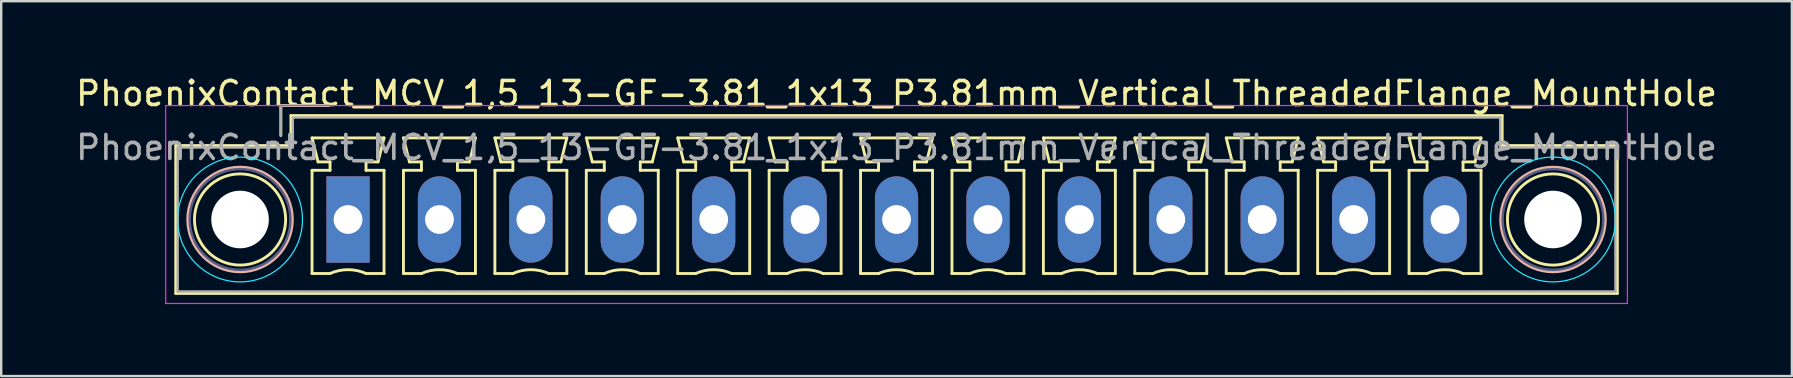
<source format=kicad_pcb>
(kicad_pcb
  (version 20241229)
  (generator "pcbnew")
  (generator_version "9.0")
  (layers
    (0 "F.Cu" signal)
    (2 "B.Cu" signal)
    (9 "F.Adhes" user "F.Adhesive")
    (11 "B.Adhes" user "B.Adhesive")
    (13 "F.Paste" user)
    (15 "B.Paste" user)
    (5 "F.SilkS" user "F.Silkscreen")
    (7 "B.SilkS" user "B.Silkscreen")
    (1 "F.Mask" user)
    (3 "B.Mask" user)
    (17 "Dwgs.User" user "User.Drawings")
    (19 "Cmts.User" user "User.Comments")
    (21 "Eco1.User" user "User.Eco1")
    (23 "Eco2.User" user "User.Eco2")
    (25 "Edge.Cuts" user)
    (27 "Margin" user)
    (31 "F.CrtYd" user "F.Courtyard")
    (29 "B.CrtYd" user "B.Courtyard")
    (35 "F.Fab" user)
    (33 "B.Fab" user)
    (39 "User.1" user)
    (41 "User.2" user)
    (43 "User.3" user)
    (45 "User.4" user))
  (footprint "PhoenixContact_MCV_1,5_13-GF-3.81_1x13_P3.81mm_Vertical_ThreadedFlange_MountHole"
    (layer "F.Cu")
    (at 11.455 6.098)
    (property "Reference" "PhoenixContact_MCV_1,5_13-GF-3.81_1x13_P3.81mm_Vertical_ThreadedFlange_MountHole" (at 22.86 -5.25 0) (layer "F.SilkS") (effects (font (size 1 1) (thickness 0.15))))
    (attr through_hole)
    (fp_line (start -7.18 -3.08) (end -7.18 3.08) (stroke (width 0.12) (type solid)) (layer "F.SilkS"))
    (fp_line (start -7.18 3.08) (end 52.9 3.08) (stroke (width 0.12) (type solid)) (layer "F.SilkS"))
    (fp_line (start -2.8 -4.75) (end -0.8 -4.75) (stroke (width 0.12) (type solid)) (layer "F.SilkS"))
    (fp_line (start -2.8 -3.5) (end -2.8 -4.75) (stroke (width 0.12) (type solid)) (layer "F.SilkS"))
    (fp_line (start -2.38 -4.33) (end -2.38 -3.08) (stroke (width 0.12) (type solid)) (layer "F.SilkS"))
    (fp_line (start -2.38 -3.08) (end -7.18 -3.08) (stroke (width 0.12) (type solid)) (layer "F.SilkS"))
    (fp_line (start -1.5 -3.4) (end 1.5 -3.4) (stroke (width 0.12) (type solid)) (layer "F.SilkS"))
    (fp_line (start -1.5 -2.05) (end -0.75 -2.05) (stroke (width 0.12) (type solid)) (layer "F.SilkS"))
    (fp_line (start -1.5 2.25) (end -1.5 -2.05) (stroke (width 0.12) (type solid)) (layer "F.SilkS"))
    (fp_line (start -1.25 -2.4) (end -1.5 -3.4) (stroke (width 0.12) (type solid)) (layer "F.SilkS"))
    (fp_line (start -0.75 -2.4) (end -1.25 -2.4) (stroke (width 0.12) (type solid)) (layer "F.SilkS"))
    (fp_line (start -0.75 -2.05) (end -0.75 -2.4) (stroke (width 0.12) (type solid)) (layer "F.SilkS"))
    (fp_line (start -0.75 2.25) (end -1.5 2.25) (stroke (width 0.12) (type solid)) (layer "F.SilkS"))
    (fp_line (start 0.75 -2.4) (end 0.75 -2.05) (stroke (width 0.12) (type solid)) (layer "F.SilkS"))
    (fp_line (start 0.75 -2.05) (end 1.5 -2.05) (stroke (width 0.12) (type solid)) (layer "F.SilkS"))
    (fp_line (start 1.25 -2.4) (end 0.75 -2.4) (stroke (width 0.12) (type solid)) (layer "F.SilkS"))
    (fp_line (start 1.5 -3.4) (end 1.25 -2.4) (stroke (width 0.12) (type solid)) (layer "F.SilkS"))
    (fp_line (start 1.5 -2.05) (end 1.5 2.25) (stroke (width 0.12) (type solid)) (layer "F.SilkS"))
    (fp_line (start 1.5 2.25) (end 0.75 2.25) (stroke (width 0.12) (type solid)) (layer "F.SilkS"))
    (fp_line (start 2.31 -3.4) (end 5.31 -3.4) (stroke (width 0.12) (type solid)) (layer "F.SilkS"))
    (fp_line (start 2.31 -2.05) (end 3.06 -2.05) (stroke (width 0.12) (type solid)) (layer "F.SilkS"))
    (fp_line (start 2.31 2.25) (end 2.31 -2.05) (stroke (width 0.12) (type solid)) (layer "F.SilkS"))
    (fp_line (start 2.56 -2.4) (end 2.31 -3.4) (stroke (width 0.12) (type solid)) (layer "F.SilkS"))
    (fp_line (start 3.06 -2.4) (end 2.56 -2.4) (stroke (width 0.12) (type solid)) (layer "F.SilkS"))
    (fp_line (start 3.06 -2.05) (end 3.06 -2.4) (stroke (width 0.12) (type solid)) (layer "F.SilkS"))
    (fp_line (start 3.06 2.25) (end 2.31 2.25) (stroke (width 0.12) (type solid)) (layer "F.SilkS"))
    (fp_line (start 4.56 -2.4) (end 4.56 -2.05) (stroke (width 0.12) (type solid)) (layer "F.SilkS"))
    (fp_line (start 4.56 -2.05) (end 5.31 -2.05) (stroke (width 0.12) (type solid)) (layer "F.SilkS"))
    (fp_line (start 5.06 -2.4) (end 4.56 -2.4) (stroke (width 0.12) (type solid)) (layer "F.SilkS"))
    (fp_line (start 5.31 -3.4) (end 5.06 -2.4) (stroke (width 0.12) (type solid)) (layer "F.SilkS"))
    (fp_line (start 5.31 -2.05) (end 5.31 2.25) (stroke (width 0.12) (type solid)) (layer "F.SilkS"))
    (fp_line (start 5.31 2.25) (end 4.56 2.25) (stroke (width 0.12) (type solid)) (layer "F.SilkS"))
    (fp_line (start 6.12 -3.4) (end 9.12 -3.4) (stroke (width 0.12) (type solid)) (layer "F.SilkS"))
    (fp_line (start 6.12 -2.05) (end 6.87 -2.05) (stroke (width 0.12) (type solid)) (layer "F.SilkS"))
    (fp_line (start 6.12 2.25) (end 6.12 -2.05) (stroke (width 0.12) (type solid)) (layer "F.SilkS"))
    (fp_line (start 6.37 -2.4) (end 6.12 -3.4) (stroke (width 0.12) (type solid)) (layer "F.SilkS"))
    (fp_line (start 6.87 -2.4) (end 6.37 -2.4) (stroke (width 0.12) (type solid)) (layer "F.SilkS"))
    (fp_line (start 6.87 -2.05) (end 6.87 -2.4) (stroke (width 0.12) (type solid)) (layer "F.SilkS"))
    (fp_line (start 6.87 2.25) (end 6.12 2.25) (stroke (width 0.12) (type solid)) (layer "F.SilkS"))
    (fp_line (start 8.37 -2.4) (end 8.37 -2.05) (stroke (width 0.12) (type solid)) (layer "F.SilkS"))
    (fp_line (start 8.37 -2.05) (end 9.12 -2.05) (stroke (width 0.12) (type solid)) (layer "F.SilkS"))
    (fp_line (start 8.87 -2.4) (end 8.37 -2.4) (stroke (width 0.12) (type solid)) (layer "F.SilkS"))
    (fp_line (start 9.12 -3.4) (end 8.87 -2.4) (stroke (width 0.12) (type solid)) (layer "F.SilkS"))
    (fp_line (start 9.12 -2.05) (end 9.12 2.25) (stroke (width 0.12) (type solid)) (layer "F.SilkS"))
    (fp_line (start 9.12 2.25) (end 8.37 2.25) (stroke (width 0.12) (type solid)) (layer "F.SilkS"))
    (fp_line (start 9.93 -3.4) (end 12.93 -3.4) (stroke (width 0.12) (type solid)) (layer "F.SilkS"))
    (fp_line (start 9.93 -2.05) (end 10.68 -2.05) (stroke (width 0.12) (type solid)) (layer "F.SilkS"))
    (fp_line (start 9.93 2.25) (end 9.93 -2.05) (stroke (width 0.12) (type solid)) (layer "F.SilkS"))
    (fp_line (start 10.18 -2.4) (end 9.93 -3.4) (stroke (width 0.12) (type solid)) (layer "F.SilkS"))
    (fp_line (start 10.68 -2.4) (end 10.18 -2.4) (stroke (width 0.12) (type solid)) (layer "F.SilkS"))
    (fp_line (start 10.68 -2.05) (end 10.68 -2.4) (stroke (width 0.12) (type solid)) (layer "F.SilkS"))
    (fp_line (start 10.68 2.25) (end 9.93 2.25) (stroke (width 0.12) (type solid)) (layer "F.SilkS"))
    (fp_line (start 12.18 -2.4) (end 12.18 -2.05) (stroke (width 0.12) (type solid)) (layer "F.SilkS"))
    (fp_line (start 12.18 -2.05) (end 12.93 -2.05) (stroke (width 0.12) (type solid)) (layer "F.SilkS"))
    (fp_line (start 12.68 -2.4) (end 12.18 -2.4) (stroke (width 0.12) (type solid)) (layer "F.SilkS"))
    (fp_line (start 12.93 -3.4) (end 12.68 -2.4) (stroke (width 0.12) (type solid)) (layer "F.SilkS"))
    (fp_line (start 12.93 -2.05) (end 12.93 2.25) (stroke (width 0.12) (type solid)) (layer "F.SilkS"))
    (fp_line (start 12.93 2.25) (end 12.18 2.25) (stroke (width 0.12) (type solid)) (layer "F.SilkS"))
    (fp_line (start 13.74 -3.4) (end 16.74 -3.4) (stroke (width 0.12) (type solid)) (layer "F.SilkS"))
    (fp_line (start 13.74 -2.05) (end 14.49 -2.05) (stroke (width 0.12) (type solid)) (layer "F.SilkS"))
    (fp_line (start 13.74 2.25) (end 13.74 -2.05) (stroke (width 0.12) (type solid)) (layer "F.SilkS"))
    (fp_line (start 13.99 -2.4) (end 13.74 -3.4) (stroke (width 0.12) (type solid)) (layer "F.SilkS"))
    (fp_line (start 14.49 -2.4) (end 13.99 -2.4) (stroke (width 0.12) (type solid)) (layer "F.SilkS"))
    (fp_line (start 14.49 -2.05) (end 14.49 -2.4) (stroke (width 0.12) (type solid)) (layer "F.SilkS"))
    (fp_line (start 14.49 2.25) (end 13.74 2.25) (stroke (width 0.12) (type solid)) (layer "F.SilkS"))
    (fp_line (start 15.99 -2.4) (end 15.99 -2.05) (stroke (width 0.12) (type solid)) (layer "F.SilkS"))
    (fp_line (start 15.99 -2.05) (end 16.74 -2.05) (stroke (width 0.12) (type solid)) (layer "F.SilkS"))
    (fp_line (start 16.49 -2.4) (end 15.99 -2.4) (stroke (width 0.12) (type solid)) (layer "F.SilkS"))
    (fp_line (start 16.74 -3.4) (end 16.49 -2.4) (stroke (width 0.12) (type solid)) (layer "F.SilkS"))
    (fp_line (start 16.74 -2.05) (end 16.74 2.25) (stroke (width 0.12) (type solid)) (layer "F.SilkS"))
    (fp_line (start 16.74 2.25) (end 15.99 2.25) (stroke (width 0.12) (type solid)) (layer "F.SilkS"))
    (fp_line (start 17.55 -3.4) (end 20.55 -3.4) (stroke (width 0.12) (type solid)) (layer "F.SilkS"))
    (fp_line (start 17.55 -2.05) (end 18.3 -2.05) (stroke (width 0.12) (type solid)) (layer "F.SilkS"))
    (fp_line (start 17.55 2.25) (end 17.55 -2.05) (stroke (width 0.12) (type solid)) (layer "F.SilkS"))
    (fp_line (start 17.8 -2.4) (end 17.55 -3.4) (stroke (width 0.12) (type solid)) (layer "F.SilkS"))
    (fp_line (start 18.3 -2.4) (end 17.8 -2.4) (stroke (width 0.12) (type solid)) (layer "F.SilkS"))
    (fp_line (start 18.3 -2.05) (end 18.3 -2.4) (stroke (width 0.12) (type solid)) (layer "F.SilkS"))
    (fp_line (start 18.3 2.25) (end 17.55 2.25) (stroke (width 0.12) (type solid)) (layer "F.SilkS"))
    (fp_line (start 19.8 -2.4) (end 19.8 -2.05) (stroke (width 0.12) (type solid)) (layer "F.SilkS"))
    (fp_line (start 19.8 -2.05) (end 20.55 -2.05) (stroke (width 0.12) (type solid)) (layer "F.SilkS"))
    (fp_line (start 20.3 -2.4) (end 19.8 -2.4) (stroke (width 0.12) (type solid)) (layer "F.SilkS"))
    (fp_line (start 20.55 -3.4) (end 20.3 -2.4) (stroke (width 0.12) (type solid)) (layer "F.SilkS"))
    (fp_line (start 20.55 -2.05) (end 20.55 2.25) (stroke (width 0.12) (type solid)) (layer "F.SilkS"))
    (fp_line (start 20.55 2.25) (end 19.8 2.25) (stroke (width 0.12) (type solid)) (layer "F.SilkS"))
    (fp_line (start 21.36 -3.4) (end 24.36 -3.4) (stroke (width 0.12) (type solid)) (layer "F.SilkS"))
    (fp_line (start 21.36 -2.05) (end 22.11 -2.05) (stroke (width 0.12) (type solid)) (layer "F.SilkS"))
    (fp_line (start 21.36 2.25) (end 21.36 -2.05) (stroke (width 0.12) (type solid)) (layer "F.SilkS"))
    (fp_line (start 21.61 -2.4) (end 21.36 -3.4) (stroke (width 0.12) (type solid)) (layer "F.SilkS"))
    (fp_line (start 22.11 -2.4) (end 21.61 -2.4) (stroke (width 0.12) (type solid)) (layer "F.SilkS"))
    (fp_line (start 22.11 -2.05) (end 22.11 -2.4) (stroke (width 0.12) (type solid)) (layer "F.SilkS"))
    (fp_line (start 22.11 2.25) (end 21.36 2.25) (stroke (width 0.12) (type solid)) (layer "F.SilkS"))
    (fp_line (start 23.61 -2.4) (end 23.61 -2.05) (stroke (width 0.12) (type solid)) (layer "F.SilkS"))
    (fp_line (start 23.61 -2.05) (end 24.36 -2.05) (stroke (width 0.12) (type solid)) (layer "F.SilkS"))
    (fp_line (start 24.11 -2.4) (end 23.61 -2.4) (stroke (width 0.12) (type solid)) (layer "F.SilkS"))
    (fp_line (start 24.36 -3.4) (end 24.11 -2.4) (stroke (width 0.12) (type solid)) (layer "F.SilkS"))
    (fp_line (start 24.36 -2.05) (end 24.36 2.25) (stroke (width 0.12) (type solid)) (layer "F.SilkS"))
    (fp_line (start 24.36 2.25) (end 23.61 2.25) (stroke (width 0.12) (type solid)) (layer "F.SilkS"))
    (fp_line (start 25.17 -3.4) (end 28.17 -3.4) (stroke (width 0.12) (type solid)) (layer "F.SilkS"))
    (fp_line (start 25.17 -2.05) (end 25.92 -2.05) (stroke (width 0.12) (type solid)) (layer "F.SilkS"))
    (fp_line (start 25.17 2.25) (end 25.17 -2.05) (stroke (width 0.12) (type solid)) (layer "F.SilkS"))
    (fp_line (start 25.42 -2.4) (end 25.17 -3.4) (stroke (width 0.12) (type solid)) (layer "F.SilkS"))
    (fp_line (start 25.92 -2.4) (end 25.42 -2.4) (stroke (width 0.12) (type solid)) (layer "F.SilkS"))
    (fp_line (start 25.92 -2.05) (end 25.92 -2.4) (stroke (width 0.12) (type solid)) (layer "F.SilkS"))
    (fp_line (start 25.92 2.25) (end 25.17 2.25) (stroke (width 0.12) (type solid)) (layer "F.SilkS"))
    (fp_line (start 27.42 -2.4) (end 27.42 -2.05) (stroke (width 0.12) (type solid)) (layer "F.SilkS"))
    (fp_line (start 27.42 -2.05) (end 28.17 -2.05) (stroke (width 0.12) (type solid)) (layer "F.SilkS"))
    (fp_line (start 27.92 -2.4) (end 27.42 -2.4) (stroke (width 0.12) (type solid)) (layer "F.SilkS"))
    (fp_line (start 28.17 -3.4) (end 27.92 -2.4) (stroke (width 0.12) (type solid)) (layer "F.SilkS"))
    (fp_line (start 28.17 -2.05) (end 28.17 2.25) (stroke (width 0.12) (type solid)) (layer "F.SilkS"))
    (fp_line (start 28.17 2.25) (end 27.42 2.25) (stroke (width 0.12) (type solid)) (layer "F.SilkS"))
    (fp_line (start 28.98 -3.4) (end 31.98 -3.4) (stroke (width 0.12) (type solid)) (layer "F.SilkS"))
    (fp_line (start 28.98 -2.05) (end 29.73 -2.05) (stroke (width 0.12) (type solid)) (layer "F.SilkS"))
    (fp_line (start 28.98 2.25) (end 28.98 -2.05) (stroke (width 0.12) (type solid)) (layer "F.SilkS"))
    (fp_line (start 29.23 -2.4) (end 28.98 -3.4) (stroke (width 0.12) (type solid)) (layer "F.SilkS"))
    (fp_line (start 29.73 -2.4) (end 29.23 -2.4) (stroke (width 0.12) (type solid)) (layer "F.SilkS"))
    (fp_line (start 29.73 -2.05) (end 29.73 -2.4) (stroke (width 0.12) (type solid)) (layer "F.SilkS"))
    (fp_line (start 29.73 2.25) (end 28.98 2.25) (stroke (width 0.12) (type solid)) (layer "F.SilkS"))
    (fp_line (start 31.23 -2.4) (end 31.23 -2.05) (stroke (width 0.12) (type solid)) (layer "F.SilkS"))
    (fp_line (start 31.23 -2.05) (end 31.98 -2.05) (stroke (width 0.12) (type solid)) (layer "F.SilkS"))
    (fp_line (start 31.73 -2.4) (end 31.23 -2.4) (stroke (width 0.12) (type solid)) (layer "F.SilkS"))
    (fp_line (start 31.98 -3.4) (end 31.73 -2.4) (stroke (width 0.12) (type solid)) (layer "F.SilkS"))
    (fp_line (start 31.98 -2.05) (end 31.98 2.25) (stroke (width 0.12) (type solid)) (layer "F.SilkS"))
    (fp_line (start 31.98 2.25) (end 31.23 2.25) (stroke (width 0.12) (type solid)) (layer "F.SilkS"))
    (fp_line (start 32.79 -3.4) (end 35.79 -3.4) (stroke (width 0.12) (type solid)) (layer "F.SilkS"))
    (fp_line (start 32.79 -2.05) (end 33.54 -2.05) (stroke (width 0.12) (type solid)) (layer "F.SilkS"))
    (fp_line (start 32.79 2.25) (end 32.79 -2.05) (stroke (width 0.12) (type solid)) (layer "F.SilkS"))
    (fp_line (start 33.04 -2.4) (end 32.79 -3.4) (stroke (width 0.12) (type solid)) (layer "F.SilkS"))
    (fp_line (start 33.54 -2.4) (end 33.04 -2.4) (stroke (width 0.12) (type solid)) (layer "F.SilkS"))
    (fp_line (start 33.54 -2.05) (end 33.54 -2.4) (stroke (width 0.12) (type solid)) (layer "F.SilkS"))
    (fp_line (start 33.54 2.25) (end 32.79 2.25) (stroke (width 0.12) (type solid)) (layer "F.SilkS"))
    (fp_line (start 35.04 -2.4) (end 35.04 -2.05) (stroke (width 0.12) (type solid)) (layer "F.SilkS"))
    (fp_line (start 35.04 -2.05) (end 35.79 -2.05) (stroke (width 0.12) (type solid)) (layer "F.SilkS"))
    (fp_line (start 35.54 -2.4) (end 35.04 -2.4) (stroke (width 0.12) (type solid)) (layer "F.SilkS"))
    (fp_line (start 35.79 -3.4) (end 35.54 -2.4) (stroke (width 0.12) (type solid)) (layer "F.SilkS"))
    (fp_line (start 35.79 -2.05) (end 35.79 2.25) (stroke (width 0.12) (type solid)) (layer "F.SilkS"))
    (fp_line (start 35.79 2.25) (end 35.04 2.25) (stroke (width 0.12) (type solid)) (layer "F.SilkS"))
    (fp_line (start 36.6 -3.4) (end 39.6 -3.4) (stroke (width 0.12) (type solid)) (layer "F.SilkS"))
    (fp_line (start 36.6 -2.05) (end 37.35 -2.05) (stroke (width 0.12) (type solid)) (layer "F.SilkS"))
    (fp_line (start 36.6 2.25) (end 36.6 -2.05) (stroke (width 0.12) (type solid)) (layer "F.SilkS"))
    (fp_line (start 36.85 -2.4) (end 36.6 -3.4) (stroke (width 0.12) (type solid)) (layer "F.SilkS"))
    (fp_line (start 37.35 -2.4) (end 36.85 -2.4) (stroke (width 0.12) (type solid)) (layer "F.SilkS"))
    (fp_line (start 37.35 -2.05) (end 37.35 -2.4) (stroke (width 0.12) (type solid)) (layer "F.SilkS"))
    (fp_line (start 37.35 2.25) (end 36.6 2.25) (stroke (width 0.12) (type solid)) (layer "F.SilkS"))
    (fp_line (start 38.85 -2.4) (end 38.85 -2.05) (stroke (width 0.12) (type solid)) (layer "F.SilkS"))
    (fp_line (start 38.85 -2.05) (end 39.6 -2.05) (stroke (width 0.12) (type solid)) (layer "F.SilkS"))
    (fp_line (start 39.35 -2.4) (end 38.85 -2.4) (stroke (width 0.12) (type solid)) (layer "F.SilkS"))
    (fp_line (start 39.6 -3.4) (end 39.35 -2.4) (stroke (width 0.12) (type solid)) (layer "F.SilkS"))
    (fp_line (start 39.6 -2.05) (end 39.6 2.25) (stroke (width 0.12) (type solid)) (layer "F.SilkS"))
    (fp_line (start 39.6 2.25) (end 38.85 2.25) (stroke (width 0.12) (type solid)) (layer "F.SilkS"))
    (fp_line (start 40.41 -3.4) (end 43.41 -3.4) (stroke (width 0.12) (type solid)) (layer "F.SilkS"))
    (fp_line (start 40.41 -2.05) (end 41.16 -2.05) (stroke (width 0.12) (type solid)) (layer "F.SilkS"))
    (fp_line (start 40.41 2.25) (end 40.41 -2.05) (stroke (width 0.12) (type solid)) (layer "F.SilkS"))
    (fp_line (start 40.66 -2.4) (end 40.41 -3.4) (stroke (width 0.12) (type solid)) (layer "F.SilkS"))
    (fp_line (start 41.16 -2.4) (end 40.66 -2.4) (stroke (width 0.12) (type solid)) (layer "F.SilkS"))
    (fp_line (start 41.16 -2.05) (end 41.16 -2.4) (stroke (width 0.12) (type solid)) (layer "F.SilkS"))
    (fp_line (start 41.16 2.25) (end 40.41 2.25) (stroke (width 0.12) (type solid)) (layer "F.SilkS"))
    (fp_line (start 42.66 -2.4) (end 42.66 -2.05) (stroke (width 0.12) (type solid)) (layer "F.SilkS"))
    (fp_line (start 42.66 -2.05) (end 43.41 -2.05) (stroke (width 0.12) (type solid)) (layer "F.SilkS"))
    (fp_line (start 43.16 -2.4) (end 42.66 -2.4) (stroke (width 0.12) (type solid)) (layer "F.SilkS"))
    (fp_line (start 43.41 -3.4) (end 43.16 -2.4) (stroke (width 0.12) (type solid)) (layer "F.SilkS"))
    (fp_line (start 43.41 -2.05) (end 43.41 2.25) (stroke (width 0.12) (type solid)) (layer "F.SilkS"))
    (fp_line (start 43.41 2.25) (end 42.66 2.25) (stroke (width 0.12) (type solid)) (layer "F.SilkS"))
    (fp_line (start 44.22 -3.4) (end 47.22 -3.4) (stroke (width 0.12) (type solid)) (layer "F.SilkS"))
    (fp_line (start 44.22 -2.05) (end 44.97 -2.05) (stroke (width 0.12) (type solid)) (layer "F.SilkS"))
    (fp_line (start 44.22 2.25) (end 44.22 -2.05) (stroke (width 0.12) (type solid)) (layer "F.SilkS"))
    (fp_line (start 44.47 -2.4) (end 44.22 -3.4) (stroke (width 0.12) (type solid)) (layer "F.SilkS"))
    (fp_line (start 44.97 -2.4) (end 44.47 -2.4) (stroke (width 0.12) (type solid)) (layer "F.SilkS"))
    (fp_line (start 44.97 -2.05) (end 44.97 -2.4) (stroke (width 0.12) (type solid)) (layer "F.SilkS"))
    (fp_line (start 44.97 2.25) (end 44.22 2.25) (stroke (width 0.12) (type solid)) (layer "F.SilkS"))
    (fp_line (start 46.47 -2.4) (end 46.47 -2.05) (stroke (width 0.12) (type solid)) (layer "F.SilkS"))
    (fp_line (start 46.47 -2.05) (end 47.22 -2.05) (stroke (width 0.12) (type solid)) (layer "F.SilkS"))
    (fp_line (start 46.97 -2.4) (end 46.47 -2.4) (stroke (width 0.12) (type solid)) (layer "F.SilkS"))
    (fp_line (start 47.22 -3.4) (end 46.97 -2.4) (stroke (width 0.12) (type solid)) (layer "F.SilkS"))
    (fp_line (start 47.22 -2.05) (end 47.22 2.25) (stroke (width 0.12) (type solid)) (layer "F.SilkS"))
    (fp_line (start 47.22 2.25) (end 46.47 2.25) (stroke (width 0.12) (type solid)) (layer "F.SilkS"))
    (fp_line (start 48.1 -4.33) (end -2.38 -4.33) (stroke (width 0.12) (type solid)) (layer "F.SilkS"))
    (fp_line (start 48.1 -3.08) (end 48.1 -4.33) (stroke (width 0.12) (type solid)) (layer "F.SilkS"))
    (fp_line (start 52.9 -3.08) (end 48.1 -3.08) (stroke (width 0.12) (type solid)) (layer "F.SilkS"))
    (fp_line (start 52.9 3.08) (end 52.9 -3.08) (stroke (width 0.12) (type solid)) (layer "F.SilkS"))
    (fp_arc (start -0.75 2.25) (mid -0.000193 2.09191) (end 0.749647 2.249844) (stroke (width 0.12) (type solid)) (layer "F.SilkS"))
    (fp_arc (start 3.06 2.25) (mid 3.809807 2.09191) (end 4.559647 2.249844) (stroke (width 0.12) (type solid)) (layer "F.SilkS"))
    (fp_arc (start 6.87 2.25) (mid 7.619807 2.09191) (end 8.369647 2.249844) (stroke (width 0.12) (type solid)) (layer "F.SilkS"))
    (fp_arc (start 10.68 2.25) (mid 11.429807 2.09191) (end 12.179647 2.249844) (stroke (width 0.12) (type solid)) (layer "F.SilkS"))
    (fp_arc (start 14.49 2.25) (mid 15.239807 2.09191) (end 15.989647 2.249844) (stroke (width 0.12) (type solid)) (layer "F.SilkS"))
    (fp_arc (start 18.3 2.25) (mid 19.049807 2.09191) (end 19.799647 2.249844) (stroke (width 0.12) (type solid)) (layer "F.SilkS"))
    (fp_arc (start 22.11 2.25) (mid 22.859807 2.09191) (end 23.609647 2.249844) (stroke (width 0.12) (type solid)) (layer "F.SilkS"))
    (fp_arc (start 25.92 2.25) (mid 26.669807 2.09191) (end 27.419647 2.249844) (stroke (width 0.12) (type solid)) (layer "F.SilkS"))
    (fp_arc (start 29.73 2.25) (mid 30.479807 2.09191) (end 31.229647 2.249844) (stroke (width 0.12) (type solid)) (layer "F.SilkS"))
    (fp_arc (start 33.54 2.25) (mid 34.289807 2.09191) (end 35.039647 2.249844) (stroke (width 0.12) (type solid)) (layer "F.SilkS"))
    (fp_arc (start 37.35 2.25) (mid 38.099807 2.09191) (end 38.849647 2.249844) (stroke (width 0.12) (type solid)) (layer "F.SilkS"))
    (fp_arc (start 41.16 2.25) (mid 41.909807 2.09191) (end 42.659647 2.249844) (stroke (width 0.12) (type solid)) (layer "F.SilkS"))
    (fp_arc (start 44.97 2.25) (mid 45.719807 2.09191) (end 46.469647 2.249844) (stroke (width 0.12) (type solid)) (layer "F.SilkS"))
    (fp_circle (center -4.5 0) (end -2.6 0) (stroke (width 0.12) (type solid)) (fill no) (layer "F.SilkS"))
    (fp_circle (center 50.22 0) (end 52.12 0) (stroke (width 0.12) (type solid)) (fill no) (layer "F.SilkS"))
    (fp_circle (center -4.5 0) (end -2.32 0) (stroke (width 0.12) (type solid)) (fill no) (layer "B.SilkS"))
    (fp_circle (center 50.22 0) (end 52.4 0) (stroke (width 0.12) (type solid)) (fill no) (layer "B.SilkS"))
    (fp_circle (center -4.5 0) (end -1.9 0) (stroke (width 0.05) (type solid)) (fill no) (layer "B.CrtYd"))
    (fp_circle (center 50.22 0) (end 52.82 0) (stroke (width 0.05) (type solid)) (fill no) (layer "B.CrtYd"))
    (fp_line (start -7.6 -4.75) (end -7.6 3.5) (stroke (width 0.05) (type solid)) (layer "F.CrtYd"))
    (fp_line (start -7.6 3.5) (end 53.32 3.5) (stroke (width 0.05) (type solid)) (layer "F.CrtYd"))
    (fp_line (start 53.32 -4.75) (end -7.6 -4.75) (stroke (width 0.05) (type solid)) (layer "F.CrtYd"))
    (fp_line (start 53.32 3.5) (end 53.32 -4.75) (stroke (width 0.05) (type solid)) (layer "F.CrtYd"))
    (fp_circle (center -4.5 0) (end -2.4 0) (stroke (width 0.1) (type solid)) (fill no) (layer "B.Fab"))
    (fp_circle (center 50.22 0) (end 52.32 0) (stroke (width 0.1) (type solid)) (fill no) (layer "B.Fab"))
    (fp_line (start -7.1 -3) (end -7.1 3) (stroke (width 0.1) (type solid)) (layer "F.Fab"))
    (fp_line (start -7.1 3) (end 52.82 3) (stroke (width 0.1) (type solid)) (layer "F.Fab"))
    (fp_line (start -2.8 -4.75) (end -0.8 -4.75) (stroke (width 0.1) (type solid)) (layer "F.Fab"))
    (fp_line (start -2.8 -3.5) (end -2.8 -4.75) (stroke (width 0.1) (type solid)) (layer "F.Fab"))
    (fp_line (start -2.3 -4.25) (end -2.3 -3) (stroke (width 0.1) (type solid)) (layer "F.Fab"))
    (fp_line (start -2.3 -3) (end -7.1 -3) (stroke (width 0.1) (type solid)) (layer "F.Fab"))
    (fp_line (start 48.02 -4.25) (end -2.3 -4.25) (stroke (width 0.1) (type solid)) (layer "F.Fab"))
    (fp_line (start 48.02 -3) (end 48.02 -4.25) (stroke (width 0.1) (type solid)) (layer "F.Fab"))
    (fp_line (start 52.82 -3) (end 48.02 -3) (stroke (width 0.1) (type solid)) (layer "F.Fab"))
    (fp_line (start 52.82 3) (end 52.82 -3) (stroke (width 0.1) (type solid)) (layer "F.Fab"))
    (fp_text user "${REFERENCE}" (at 22.86 -3 0) (layer "F.Fab") (effects (font (size 1 1) (thickness 0.15))))
    (pad "" np_thru_hole circle (at -4.5 0) (size 2.4 2.4) (drill 2.4) (layers "*.Cu" "*.Mask"))
    (pad "" np_thru_hole circle (at 50.22 0) (size 2.4 2.4) (drill 2.4) (layers "*.Cu" "*.Mask"))
    (pad "1" thru_hole rect (at 0 0) (size 1.8 3.6) (drill 1.2) (layers "*.Cu" "*.Mask"))
    (pad "2" thru_hole oval (at 3.81 0) (size 1.8 3.6) (drill 1.2) (layers "*.Cu" "*.Mask"))
    (pad "3" thru_hole oval (at 7.62 0) (size 1.8 3.6) (drill 1.2) (layers "*.Cu" "*.Mask"))
    (pad "4" thru_hole oval (at 11.43 0) (size 1.8 3.6) (drill 1.2) (layers "*.Cu" "*.Mask"))
    (pad "5" thru_hole oval (at 15.24 0) (size 1.8 3.6) (drill 1.2) (layers "*.Cu" "*.Mask"))
    (pad "6" thru_hole oval (at 19.05 0) (size 1.8 3.6) (drill 1.2) (layers "*.Cu" "*.Mask"))
    (pad "7" thru_hole oval (at 22.86 0) (size 1.8 3.6) (drill 1.2) (layers "*.Cu" "*.Mask"))
    (pad "8" thru_hole oval (at 26.67 0) (size 1.8 3.6) (drill 1.2) (layers "*.Cu" "*.Mask"))
    (pad "9" thru_hole oval (at 30.48 0) (size 1.8 3.6) (drill 1.2) (layers "*.Cu" "*.Mask"))
    (pad "10" thru_hole oval (at 34.29 0) (size 1.8 3.6) (drill 1.2) (layers "*.Cu" "*.Mask"))
    (pad "11" thru_hole oval (at 38.1 0) (size 1.8 3.6) (drill 1.2) (layers "*.Cu" "*.Mask"))
    (pad "12" thru_hole oval (at 41.91 0) (size 1.8 3.6) (drill 1.2) (layers "*.Cu" "*.Mask"))
    (pad "13" thru_hole oval (at 45.72 0) (size 1.8 3.6) (drill 1.2) (layers "*.Cu" "*.Mask")))
  (gr_rect
    (start -3 -3)
    (end 71.631 12.623)
    (stroke (width 0.1) (type default))
    (fill no)
    (layer "Edge.Cuts")))
</source>
